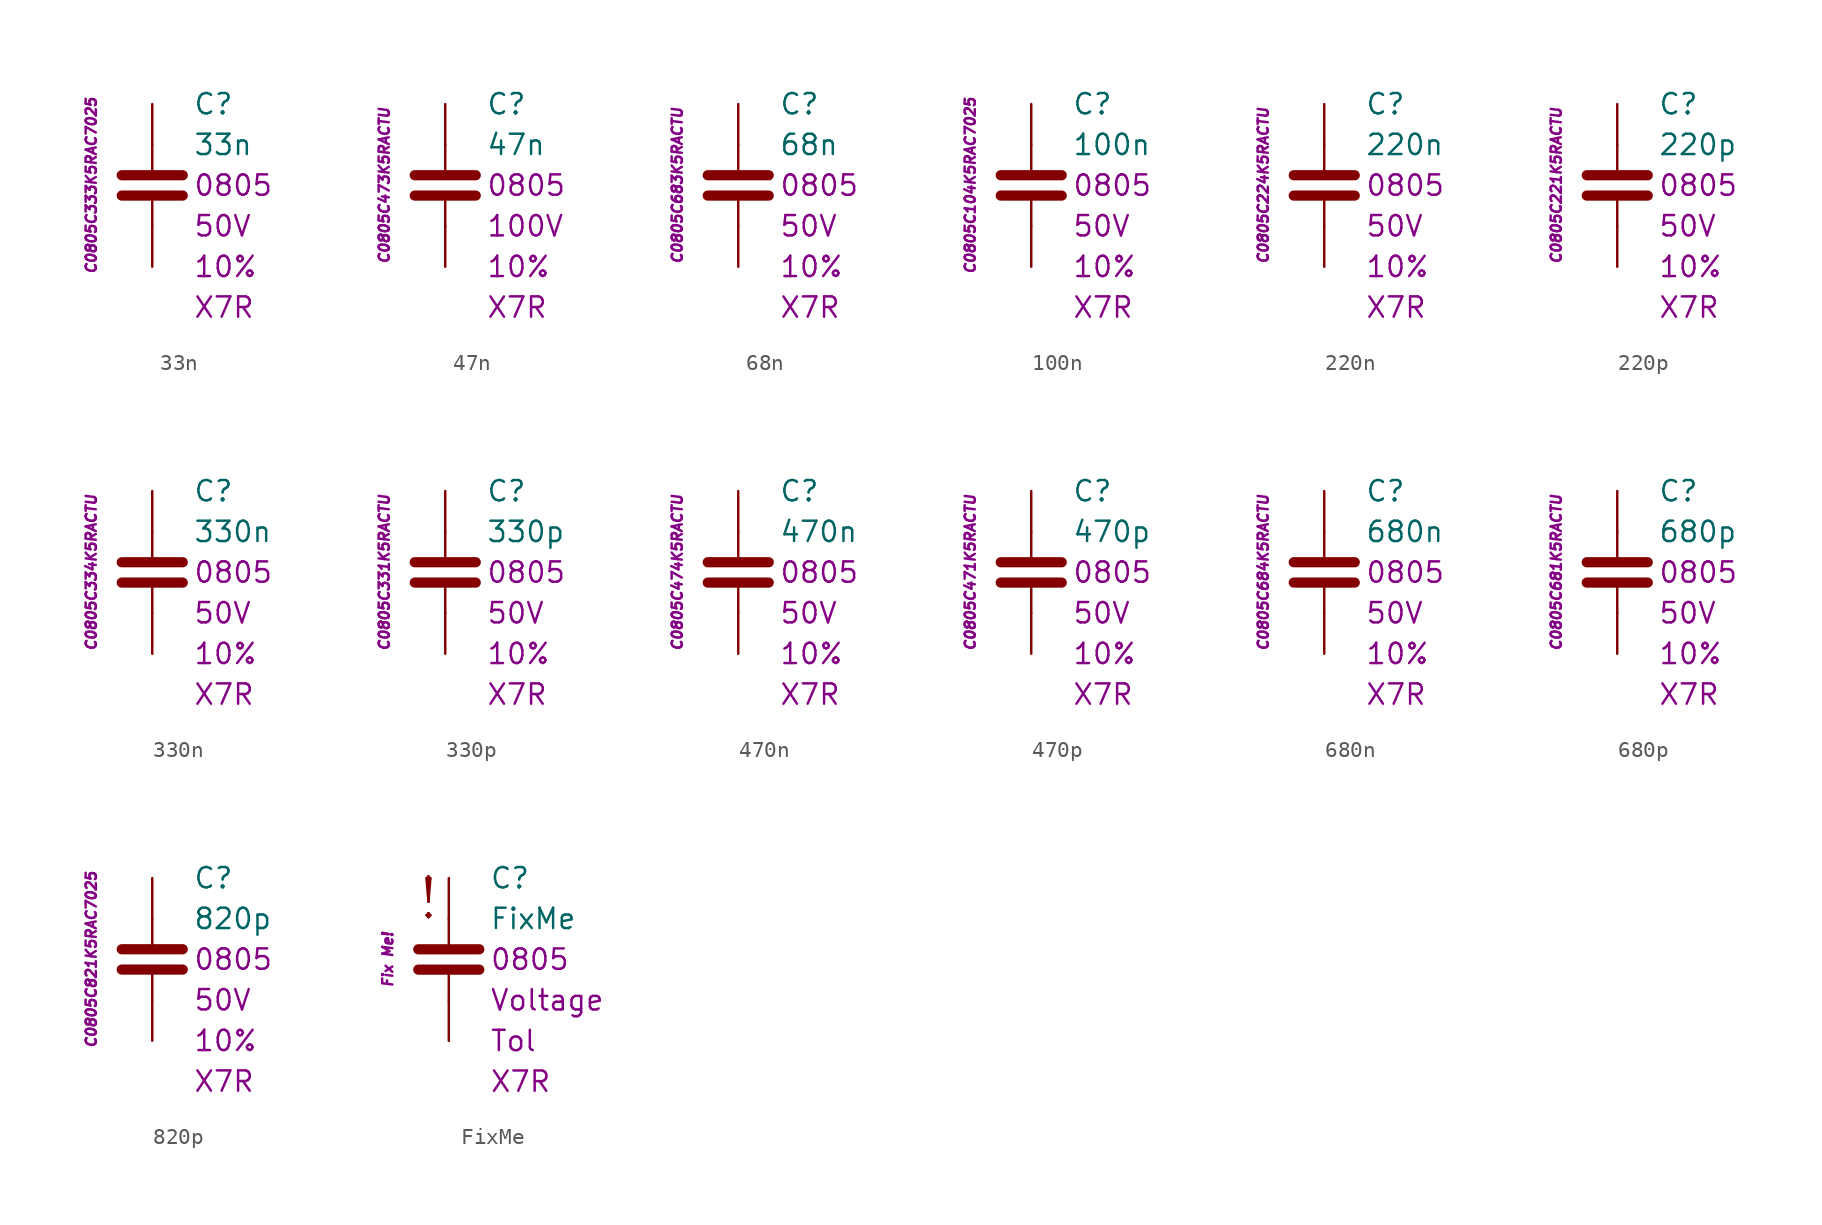
<source format=kicad_sym>
(kicad_symbol_lib
  (version 20201005)
  (generator kicad_symbol_editor)
  (symbol "C.Kemet.MLCC.0805.X7R:33n"
    (pin_numbers hide)
    (pin_names
      (offset 1.016) hide)
    (property "Reference" "C"
      (at 2.54 5.08 0)
      (effects (font (size 1.27 1.27)) (justify left)))
    (property "Value" "33n"
      (at 2.54 2.54 0)
      (effects (font (size 1.27 1.27)) (justify left)))
    (property "Package" "0805"
      (at 2.54 0 0)
      (effects (font (size 1.27 1.27)) (justify left)))
    (property "Voltage" "50V"
      (at 2.54 -2.54 0)
      (effects (font (size 1.27 1.27)) (justify left)))
    (property "Tolerance" "10%"
      (at 2.54 -5.08 0)
      (effects (font (size 1.27 1.27)) (justify left)))
    (property "Dielectric" "X7R"
      (at 2.54 -7.62 0)
      (effects (font (size 1.27 1.27)) (justify left)))
    (property "MPN" "C0805C333K5RAC7025"
      (at -3.81 0 90)
      (effects (font (size 0.635 0.635) italic)))
    (symbol "33n_0_1"
      (polyline (pts (xy -1.905 -0.635) (xy 1.905 -0.635)) (stroke (width 0.635)) (fill (type none)))
      (polyline (pts (xy -1.905 0.635) (xy 1.905 0.635)) (stroke (width 0.635)) (fill (type none)))
      (polyline (pts (xy 0 -2.54) (xy 0 -0.635)) (stroke (width 0.152)) (fill (type none)))
      (polyline (pts (xy 0 0.635) (xy 0 2.54)) (stroke (width 0.152)) (fill (type none))))
    (symbol "33n_1_1"
      (pin passive line (at 0 5.08 270) (length 2.54) (name "~" (effects (font (size 1.778 1.778)))) (number "1" (effects (font (size 1.778 1.778)))))
      (pin passive line (at 0 -5.08 90) (length 2.54) (name "~" (effects (font (size 1.778 1.778)))) (number "2" (effects (font (size 1.778 1.778)))))))
  (symbol "C.Kemet.MLCC.0805.X7R:47n"
    (pin_numbers hide)
    (pin_names
      (offset 1.016) hide)
    (property "Reference" "C"
      (at 2.54 5.08 0)
      (effects (font (size 1.27 1.27)) (justify left)))
    (property "Value" "47n"
      (at 2.54 2.54 0)
      (effects (font (size 1.27 1.27)) (justify left)))
    (property "Package" "0805"
      (at 2.54 0 0)
      (effects (font (size 1.27 1.27)) (justify left)))
    (property "Voltage" "100V"
      (at 2.54 -2.54 0)
      (effects (font (size 1.27 1.27)) (justify left)))
    (property "Tolerance" "10%"
      (at 2.54 -5.08 0)
      (effects (font (size 1.27 1.27)) (justify left)))
    (property "Dielectric" "X7R"
      (at 2.54 -7.62 0)
      (effects (font (size 1.27 1.27)) (justify left)))
    (property "MPN" "C0805C473K5RACTU"
      (at -3.81 0 90)
      (effects (font (size 0.635 0.635) italic)))
    (symbol "47n_0_1"
      (polyline (pts (xy -1.905 -0.635) (xy 1.905 -0.635)) (stroke (width 0.635)) (fill (type none)))
      (polyline (pts (xy -1.905 0.635) (xy 1.905 0.635)) (stroke (width 0.635)) (fill (type none)))
      (polyline (pts (xy 0 -2.54) (xy 0 -0.635)) (stroke (width 0.152)) (fill (type none)))
      (polyline (pts (xy 0 0.635) (xy 0 2.54)) (stroke (width 0.152)) (fill (type none))))
    (symbol "47n_1_1"
      (pin passive line (at 0 5.08 270) (length 2.54) (name "~" (effects (font (size 1.778 1.778)))) (number "1" (effects (font (size 1.778 1.778)))))
      (pin passive line (at 0 -5.08 90) (length 2.54) (name "~" (effects (font (size 1.778 1.778)))) (number "2" (effects (font (size 1.778 1.778)))))))
  (symbol "C.Kemet.MLCC.0805.X7R:68n"
    (pin_numbers hide)
    (pin_names
      (offset 1.016) hide)
    (property "Reference" "C"
      (at 2.54 5.08 0)
      (effects (font (size 1.27 1.27)) (justify left)))
    (property "Value" "68n"
      (at 2.54 2.54 0)
      (effects (font (size 1.27 1.27)) (justify left)))
    (property "Package" "0805"
      (at 2.54 0 0)
      (effects (font (size 1.27 1.27)) (justify left)))
    (property "Voltage" "50V"
      (at 2.54 -2.54 0)
      (effects (font (size 1.27 1.27)) (justify left)))
    (property "Tolerance" "10%"
      (at 2.54 -5.08 0)
      (effects (font (size 1.27 1.27)) (justify left)))
    (property "Dielectric" "X7R"
      (at 2.54 -7.62 0)
      (effects (font (size 1.27 1.27)) (justify left)))
    (property "MPN" "C0805C683K5RACTU"
      (at -3.81 0 90)
      (effects (font (size 0.635 0.635) italic)))
    (symbol "68n_0_1"
      (polyline (pts (xy -1.905 -0.635) (xy 1.905 -0.635)) (stroke (width 0.635)) (fill (type none)))
      (polyline (pts (xy -1.905 0.635) (xy 1.905 0.635)) (stroke (width 0.635)) (fill (type none)))
      (polyline (pts (xy 0 -2.54) (xy 0 -0.635)) (stroke (width 0.152)) (fill (type none)))
      (polyline (pts (xy 0 0.635) (xy 0 2.54)) (stroke (width 0.152)) (fill (type none))))
    (symbol "68n_1_1"
      (pin passive line (at 0 5.08 270) (length 2.54) (name "~" (effects (font (size 1.778 1.778)))) (number "1" (effects (font (size 1.778 1.778)))))
      (pin passive line (at 0 -5.08 90) (length 2.54) (name "~" (effects (font (size 1.778 1.778)))) (number "2" (effects (font (size 1.778 1.778)))))))
  (symbol "C.Kemet.MLCC.0805.X7R:100n"
    (pin_numbers hide)
    (pin_names
      (offset 1.016) hide)
    (property "Reference" "C"
      (at 2.54 5.08 0)
      (effects (font (size 1.27 1.27)) (justify left)))
    (property "Value" "100n"
      (at 2.54 2.54 0)
      (effects (font (size 1.27 1.27)) (justify left)))
    (property "Package" "0805"
      (at 2.54 0 0)
      (effects (font (size 1.27 1.27)) (justify left)))
    (property "Voltage" "50V"
      (at 2.54 -2.54 0)
      (effects (font (size 1.27 1.27)) (justify left)))
    (property "Tolerance" "10%"
      (at 2.54 -5.08 0)
      (effects (font (size 1.27 1.27)) (justify left)))
    (property "Dielectric" "X7R"
      (at 2.54 -7.62 0)
      (effects (font (size 1.27 1.27)) (justify left)))
    (property "MPN" "C0805C104K5RAC7025"
      (at -3.81 0 90)
      (effects (font (size 0.635 0.635) italic)))
    (symbol "100n_0_1"
      (polyline (pts (xy -1.905 -0.635) (xy 1.905 -0.635)) (stroke (width 0.635)) (fill (type none)))
      (polyline (pts (xy -1.905 0.635) (xy 1.905 0.635)) (stroke (width 0.635)) (fill (type none)))
      (polyline (pts (xy 0 -2.54) (xy 0 -0.635)) (stroke (width 0.152)) (fill (type none)))
      (polyline (pts (xy 0 0.635) (xy 0 2.54)) (stroke (width 0.152)) (fill (type none))))
    (symbol "100n_1_1"
      (pin passive line (at 0 5.08 270) (length 2.54) (name "~" (effects (font (size 1.778 1.778)))) (number "1" (effects (font (size 1.778 1.778)))))
      (pin passive line (at 0 -5.08 90) (length 2.54) (name "~" (effects (font (size 1.778 1.778)))) (number "2" (effects (font (size 1.778 1.778)))))))
  (symbol "C.Kemet.MLCC.0805.X7R:220n"
    (pin_numbers hide)
    (pin_names
      (offset 1.016) hide)
    (property "Reference" "C"
      (at 2.54 5.08 0)
      (effects (font (size 1.27 1.27)) (justify left)))
    (property "Value" "220n"
      (at 2.54 2.54 0)
      (effects (font (size 1.27 1.27)) (justify left)))
    (property "Package" "0805"
      (at 2.54 0 0)
      (effects (font (size 1.27 1.27)) (justify left)))
    (property "Voltage" "50V"
      (at 2.54 -2.54 0)
      (effects (font (size 1.27 1.27)) (justify left)))
    (property "Tolerance" "10%"
      (at 2.54 -5.08 0)
      (effects (font (size 1.27 1.27)) (justify left)))
    (property "Dielectric" "X7R"
      (at 2.54 -7.62 0)
      (effects (font (size 1.27 1.27)) (justify left)))
    (property "MPN" "C0805C224K5RACTU"
      (at -3.81 0 90)
      (effects (font (size 0.635 0.635) italic)))
    (symbol "220n_0_1"
      (polyline (pts (xy -1.905 -0.635) (xy 1.905 -0.635)) (stroke (width 0.635)) (fill (type none)))
      (polyline (pts (xy -1.905 0.635) (xy 1.905 0.635)) (stroke (width 0.635)) (fill (type none)))
      (polyline (pts (xy 0 -2.54) (xy 0 -0.635)) (stroke (width 0.152)) (fill (type none)))
      (polyline (pts (xy 0 0.635) (xy 0 2.54)) (stroke (width 0.152)) (fill (type none))))
    (symbol "220n_1_1"
      (pin passive line (at 0 5.08 270) (length 2.54) (name "~" (effects (font (size 1.778 1.778)))) (number "1" (effects (font (size 1.778 1.778)))))
      (pin passive line (at 0 -5.08 90) (length 2.54) (name "~" (effects (font (size 1.778 1.778)))) (number "2" (effects (font (size 1.778 1.778)))))))
  (symbol "C.Kemet.MLCC.0805.X7R:220p"
    (pin_numbers hide)
    (pin_names
      (offset 1.016) hide)
    (property "Reference" "C"
      (at 2.54 5.08 0)
      (effects (font (size 1.27 1.27)) (justify left)))
    (property "Value" "220p"
      (at 2.54 2.54 0)
      (effects (font (size 1.27 1.27)) (justify left)))
    (property "Package" "0805"
      (at 2.54 0 0)
      (effects (font (size 1.27 1.27)) (justify left)))
    (property "Voltage" "50V"
      (at 2.54 -2.54 0)
      (effects (font (size 1.27 1.27)) (justify left)))
    (property "Tolerance" "10%"
      (at 2.54 -5.08 0)
      (effects (font (size 1.27 1.27)) (justify left)))
    (property "Dielectric" "X7R"
      (at 2.54 -7.62 0)
      (effects (font (size 1.27 1.27)) (justify left)))
    (property "MPN" "C0805C221K5RACTU"
      (at -3.81 0 90)
      (effects (font (size 0.635 0.635) italic)))
    (symbol "220p_0_1"
      (polyline (pts (xy -1.905 -0.635) (xy 1.905 -0.635)) (stroke (width 0.635)) (fill (type none)))
      (polyline (pts (xy -1.905 0.635) (xy 1.905 0.635)) (stroke (width 0.635)) (fill (type none)))
      (polyline (pts (xy 0 -2.54) (xy 0 -0.635)) (stroke (width 0.152)) (fill (type none)))
      (polyline (pts (xy 0 0.635) (xy 0 2.54)) (stroke (width 0.152)) (fill (type none))))
    (symbol "220p_1_1"
      (pin passive line (at 0 5.08 270) (length 2.54) (name "~" (effects (font (size 1.778 1.778)))) (number "1" (effects (font (size 1.778 1.778)))))
      (pin passive line (at 0 -5.08 90) (length 2.54) (name "~" (effects (font (size 1.778 1.778)))) (number "2" (effects (font (size 1.778 1.778)))))))
  (symbol "C.Kemet.MLCC.0805.X7R:330n"
    (pin_numbers hide)
    (pin_names
      (offset 1.016) hide)
    (property "Reference" "C"
      (at 2.54 5.08 0)
      (effects (font (size 1.27 1.27)) (justify left)))
    (property "Value" "330n"
      (at 2.54 2.54 0)
      (effects (font (size 1.27 1.27)) (justify left)))
    (property "Package" "0805"
      (at 2.54 0 0)
      (effects (font (size 1.27 1.27)) (justify left)))
    (property "Voltage" "50V"
      (at 2.54 -2.54 0)
      (effects (font (size 1.27 1.27)) (justify left)))
    (property "Tolerance" "10%"
      (at 2.54 -5.08 0)
      (effects (font (size 1.27 1.27)) (justify left)))
    (property "Dielectric" "X7R"
      (at 2.54 -7.62 0)
      (effects (font (size 1.27 1.27)) (justify left)))
    (property "MPN" "C0805C334K5RACTU"
      (at -3.81 0 90)
      (effects (font (size 0.635 0.635) italic)))
    (symbol "330n_0_1"
      (polyline (pts (xy -1.905 -0.635) (xy 1.905 -0.635)) (stroke (width 0.635)) (fill (type none)))
      (polyline (pts (xy -1.905 0.635) (xy 1.905 0.635)) (stroke (width 0.635)) (fill (type none)))
      (polyline (pts (xy 0 -2.54) (xy 0 -0.635)) (stroke (width 0.152)) (fill (type none)))
      (polyline (pts (xy 0 0.635) (xy 0 2.54)) (stroke (width 0.152)) (fill (type none))))
    (symbol "330n_1_1"
      (pin passive line (at 0 5.08 270) (length 2.54) (name "~" (effects (font (size 1.778 1.778)))) (number "1" (effects (font (size 1.778 1.778)))))
      (pin passive line (at 0 -5.08 90) (length 2.54) (name "~" (effects (font (size 1.778 1.778)))) (number "2" (effects (font (size 1.778 1.778)))))))
  (symbol "C.Kemet.MLCC.0805.X7R:330p"
    (pin_numbers hide)
    (pin_names
      (offset 1.016) hide)
    (property "Reference" "C"
      (at 2.54 5.08 0)
      (effects (font (size 1.27 1.27)) (justify left)))
    (property "Value" "330p"
      (at 2.54 2.54 0)
      (effects (font (size 1.27 1.27)) (justify left)))
    (property "Package" "0805"
      (at 2.54 0 0)
      (effects (font (size 1.27 1.27)) (justify left)))
    (property "Voltage" "50V"
      (at 2.54 -2.54 0)
      (effects (font (size 1.27 1.27)) (justify left)))
    (property "Tolerance" "10%"
      (at 2.54 -5.08 0)
      (effects (font (size 1.27 1.27)) (justify left)))
    (property "Dielectric" "X7R"
      (at 2.54 -7.62 0)
      (effects (font (size 1.27 1.27)) (justify left)))
    (property "MPN" "C0805C331K5RACTU"
      (at -3.81 0 90)
      (effects (font (size 0.635 0.635) italic)))
    (symbol "330p_0_1"
      (polyline (pts (xy -1.905 -0.635) (xy 1.905 -0.635)) (stroke (width 0.635)) (fill (type none)))
      (polyline (pts (xy -1.905 0.635) (xy 1.905 0.635)) (stroke (width 0.635)) (fill (type none)))
      (polyline (pts (xy 0 -2.54) (xy 0 -0.635)) (stroke (width 0.152)) (fill (type none)))
      (polyline (pts (xy 0 0.635) (xy 0 2.54)) (stroke (width 0.152)) (fill (type none))))
    (symbol "330p_1_1"
      (pin passive line (at 0 5.08 270) (length 2.54) (name "~" (effects (font (size 1.778 1.778)))) (number "1" (effects (font (size 1.778 1.778)))))
      (pin passive line (at 0 -5.08 90) (length 2.54) (name "~" (effects (font (size 1.778 1.778)))) (number "2" (effects (font (size 1.778 1.778)))))))
  (symbol "C.Kemet.MLCC.0805.X7R:470n"
    (pin_numbers hide)
    (pin_names
      (offset 1.016) hide)
    (property "Reference" "C"
      (at 2.54 5.08 0)
      (effects (font (size 1.27 1.27)) (justify left)))
    (property "Value" "470n"
      (at 2.54 2.54 0)
      (effects (font (size 1.27 1.27)) (justify left)))
    (property "Package" "0805"
      (at 2.54 0 0)
      (effects (font (size 1.27 1.27)) (justify left)))
    (property "Voltage" "50V"
      (at 2.54 -2.54 0)
      (effects (font (size 1.27 1.27)) (justify left)))
    (property "Tolerance" "10%"
      (at 2.54 -5.08 0)
      (effects (font (size 1.27 1.27)) (justify left)))
    (property "Dielectric" "X7R"
      (at 2.54 -7.62 0)
      (effects (font (size 1.27 1.27)) (justify left)))
    (property "MPN" "C0805C474K5RACTU"
      (at -3.81 0 90)
      (effects (font (size 0.635 0.635) italic)))
    (symbol "470n_0_1"
      (polyline (pts (xy -1.905 -0.635) (xy 1.905 -0.635)) (stroke (width 0.635)) (fill (type none)))
      (polyline (pts (xy -1.905 0.635) (xy 1.905 0.635)) (stroke (width 0.635)) (fill (type none)))
      (polyline (pts (xy 0 -2.54) (xy 0 -0.635)) (stroke (width 0.152)) (fill (type none)))
      (polyline (pts (xy 0 0.635) (xy 0 2.54)) (stroke (width 0.152)) (fill (type none))))
    (symbol "470n_1_1"
      (pin passive line (at 0 5.08 270) (length 2.54) (name "~" (effects (font (size 1.778 1.778)))) (number "1" (effects (font (size 1.778 1.778)))))
      (pin passive line (at 0 -5.08 90) (length 2.54) (name "~" (effects (font (size 1.778 1.778)))) (number "2" (effects (font (size 1.778 1.778)))))))
  (symbol "C.Kemet.MLCC.0805.X7R:470p"
    (pin_numbers hide)
    (pin_names
      (offset 1.016) hide)
    (property "Reference" "C"
      (at 2.54 5.08 0)
      (effects (font (size 1.27 1.27)) (justify left)))
    (property "Value" "470p"
      (at 2.54 2.54 0)
      (effects (font (size 1.27 1.27)) (justify left)))
    (property "Package" "0805"
      (at 2.54 0 0)
      (effects (font (size 1.27 1.27)) (justify left)))
    (property "Voltage" "50V"
      (at 2.54 -2.54 0)
      (effects (font (size 1.27 1.27)) (justify left)))
    (property "Tolerance" "10%"
      (at 2.54 -5.08 0)
      (effects (font (size 1.27 1.27)) (justify left)))
    (property "Dielectric" "X7R"
      (at 2.54 -7.62 0)
      (effects (font (size 1.27 1.27)) (justify left)))
    (property "MPN" "C0805C471K5RACTU"
      (at -3.81 0 90)
      (effects (font (size 0.635 0.635) italic)))
    (symbol "470p_0_1"
      (polyline (pts (xy -1.905 -0.635) (xy 1.905 -0.635)) (stroke (width 0.635)) (fill (type none)))
      (polyline (pts (xy -1.905 0.635) (xy 1.905 0.635)) (stroke (width 0.635)) (fill (type none)))
      (polyline (pts (xy 0 -2.54) (xy 0 -0.635)) (stroke (width 0.152)) (fill (type none)))
      (polyline (pts (xy 0 0.635) (xy 0 2.54)) (stroke (width 0.152)) (fill (type none))))
    (symbol "470p_1_1"
      (pin passive line (at 0 5.08 270) (length 2.54) (name "~" (effects (font (size 1.778 1.778)))) (number "1" (effects (font (size 1.778 1.778)))))
      (pin passive line (at 0 -5.08 90) (length 2.54) (name "~" (effects (font (size 1.778 1.778)))) (number "2" (effects (font (size 1.778 1.778)))))))
  (symbol "C.Kemet.MLCC.0805.X7R:680n"
    (pin_numbers hide)
    (pin_names
      (offset 1.016) hide)
    (property "Reference" "C"
      (at 2.54 5.08 0)
      (effects (font (size 1.27 1.27)) (justify left)))
    (property "Value" "680n"
      (at 2.54 2.54 0)
      (effects (font (size 1.27 1.27)) (justify left)))
    (property "Package" "0805"
      (at 2.54 0 0)
      (effects (font (size 1.27 1.27)) (justify left)))
    (property "Voltage" "50V"
      (at 2.54 -2.54 0)
      (effects (font (size 1.27 1.27)) (justify left)))
    (property "Tolerance" "10%"
      (at 2.54 -5.08 0)
      (effects (font (size 1.27 1.27)) (justify left)))
    (property "Dielectric" "X7R"
      (at 2.54 -7.62 0)
      (effects (font (size 1.27 1.27)) (justify left)))
    (property "MPN" "C0805C684K5RACTU"
      (at -3.81 0 90)
      (effects (font (size 0.635 0.635) italic)))
    (symbol "680n_0_1"
      (polyline (pts (xy -1.905 -0.635) (xy 1.905 -0.635)) (stroke (width 0.635)) (fill (type none)))
      (polyline (pts (xy -1.905 0.635) (xy 1.905 0.635)) (stroke (width 0.635)) (fill (type none)))
      (polyline (pts (xy 0 -2.54) (xy 0 -0.635)) (stroke (width 0.152)) (fill (type none)))
      (polyline (pts (xy 0 0.635) (xy 0 2.54)) (stroke (width 0.152)) (fill (type none))))
    (symbol "680n_1_1"
      (pin passive line (at 0 5.08 270) (length 2.54) (name "~" (effects (font (size 1.778 1.778)))) (number "1" (effects (font (size 1.778 1.778)))))
      (pin passive line (at 0 -5.08 90) (length 2.54) (name "~" (effects (font (size 1.778 1.778)))) (number "2" (effects (font (size 1.778 1.778)))))))
  (symbol "C.Kemet.MLCC.0805.X7R:680p"
    (pin_numbers hide)
    (pin_names
      (offset 1.016) hide)
    (property "Reference" "C"
      (at 2.54 5.08 0)
      (effects (font (size 1.27 1.27)) (justify left)))
    (property "Value" "680p"
      (at 2.54 2.54 0)
      (effects (font (size 1.27 1.27)) (justify left)))
    (property "Package" "0805"
      (at 2.54 0 0)
      (effects (font (size 1.27 1.27)) (justify left)))
    (property "Voltage" "50V"
      (at 2.54 -2.54 0)
      (effects (font (size 1.27 1.27)) (justify left)))
    (property "Tolerance" "10%"
      (at 2.54 -5.08 0)
      (effects (font (size 1.27 1.27)) (justify left)))
    (property "Dielectric" "X7R"
      (at 2.54 -7.62 0)
      (effects (font (size 1.27 1.27)) (justify left)))
    (property "MPN" "C0805C681K5RACTU"
      (at -3.81 0 90)
      (effects (font (size 0.635 0.635) italic)))
    (symbol "680p_0_1"
      (polyline (pts (xy -1.905 -0.635) (xy 1.905 -0.635)) (stroke (width 0.635)) (fill (type none)))
      (polyline (pts (xy -1.905 0.635) (xy 1.905 0.635)) (stroke (width 0.635)) (fill (type none)))
      (polyline (pts (xy 0 -2.54) (xy 0 -0.635)) (stroke (width 0.152)) (fill (type none)))
      (polyline (pts (xy 0 0.635) (xy 0 2.54)) (stroke (width 0.152)) (fill (type none))))
    (symbol "680p_1_1"
      (pin passive line (at 0 5.08 270) (length 2.54) (name "~" (effects (font (size 1.778 1.778)))) (number "1" (effects (font (size 1.778 1.778)))))
      (pin passive line (at 0 -5.08 90) (length 2.54) (name "~" (effects (font (size 1.778 1.778)))) (number "2" (effects (font (size 1.778 1.778)))))))
  (symbol "C.Kemet.MLCC.0805.X7R:820p"
    (pin_numbers hide)
    (pin_names
      (offset 1.016) hide)
    (property "Reference" "C"
      (at 2.54 5.08 0)
      (effects (font (size 1.27 1.27)) (justify left)))
    (property "Value" "820p"
      (at 2.54 2.54 0)
      (effects (font (size 1.27 1.27)) (justify left)))
    (property "Package" "0805"
      (at 2.54 0 0)
      (effects (font (size 1.27 1.27)) (justify left)))
    (property "Voltage" "50V"
      (at 2.54 -2.54 0)
      (effects (font (size 1.27 1.27)) (justify left)))
    (property "Tolerance" "10%"
      (at 2.54 -5.08 0)
      (effects (font (size 1.27 1.27)) (justify left)))
    (property "Dielectric" "X7R"
      (at 2.54 -7.62 0)
      (effects (font (size 1.27 1.27)) (justify left)))
    (property "MPN" "C0805C821K5RAC7025"
      (at -3.81 0 90)
      (effects (font (size 0.635 0.635) italic)))
    (symbol "820p_0_1"
      (polyline (pts (xy -1.905 -0.635) (xy 1.905 -0.635)) (stroke (width 0.635)) (fill (type none)))
      (polyline (pts (xy -1.905 0.635) (xy 1.905 0.635)) (stroke (width 0.635)) (fill (type none)))
      (polyline (pts (xy 0 -2.54) (xy 0 -0.635)) (stroke (width 0.152)) (fill (type none)))
      (polyline (pts (xy 0 0.635) (xy 0 2.54)) (stroke (width 0.152)) (fill (type none))))
    (symbol "820p_1_1"
      (pin passive line (at 0 5.08 270) (length 2.54) (name "~" (effects (font (size 1.778 1.778)))) (number "1" (effects (font (size 1.778 1.778)))))
      (pin passive line (at 0 -5.08 90) (length 2.54) (name "~" (effects (font (size 1.778 1.778)))) (number "2" (effects (font (size 1.778 1.778)))))))
  (symbol "C.Kemet.MLCC.0805.X7R:FixMe"
    (pin_numbers hide)
    (pin_names
      (offset 1.016) hide)
    (property "Reference" "C"
      (at 2.54 5.08 0)
      (effects (font (size 1.27 1.27)) (justify left)))
    (property "Value" "FixMe"
      (at 2.54 2.54 0)
      (effects (font (size 1.27 1.27)) (justify left)))
    (property "Package" "0805"
      (at 2.54 0 0)
      (effects (font (size 1.27 1.27)) (justify left)))
    (property "Voltage" "Voltage"
      (at 2.54 -2.54 0)
      (effects (font (size 1.27 1.27)) (justify left)))
    (property "Tolerance" "Tol"
      (at 2.54 -5.08 0)
      (effects (font (size 1.27 1.27)) (justify left)))
    (property "Dielectric" "X7R"
      (at 2.54 -7.62 0)
      (effects (font (size 1.27 1.27)) (justify left)))
    (property "MPN" "Fix Me!"
      (at -3.81 0 90)
      (effects (font (size 0.635 0.635) italic)))
    (symbol "FixMe_0_0"
      (text "!" (at -1.27 3.81 0) (effects (font (size 2.54 2.54)))))
    (symbol "FixMe_0_1"
      (polyline (pts (xy -1.905 -0.635) (xy 1.905 -0.635)) (stroke (width 0.635)) (fill (type none)))
      (polyline (pts (xy -1.905 0.635) (xy 1.905 0.635)) (stroke (width 0.635)) (fill (type none)))
      (polyline (pts (xy 0 -2.54) (xy 0 -0.635)) (stroke (width 0.152)) (fill (type none)))
      (polyline (pts (xy 0 0.635) (xy 0 2.54)) (stroke (width 0.152)) (fill (type none))))
    (symbol "FixMe_1_1"
      (pin passive line (at 0 5.08 270) (length 2.54) (name "~" (effects (font (size 1.778 1.778)))) (number "1" (effects (font (size 1.778 1.778)))))
      (pin passive line (at 0 -5.08 90) (length 2.54) (name "~" (effects (font (size 1.778 1.778)))) (number "2" (effects (font (size 1.778 1.778))))))))
</source>
